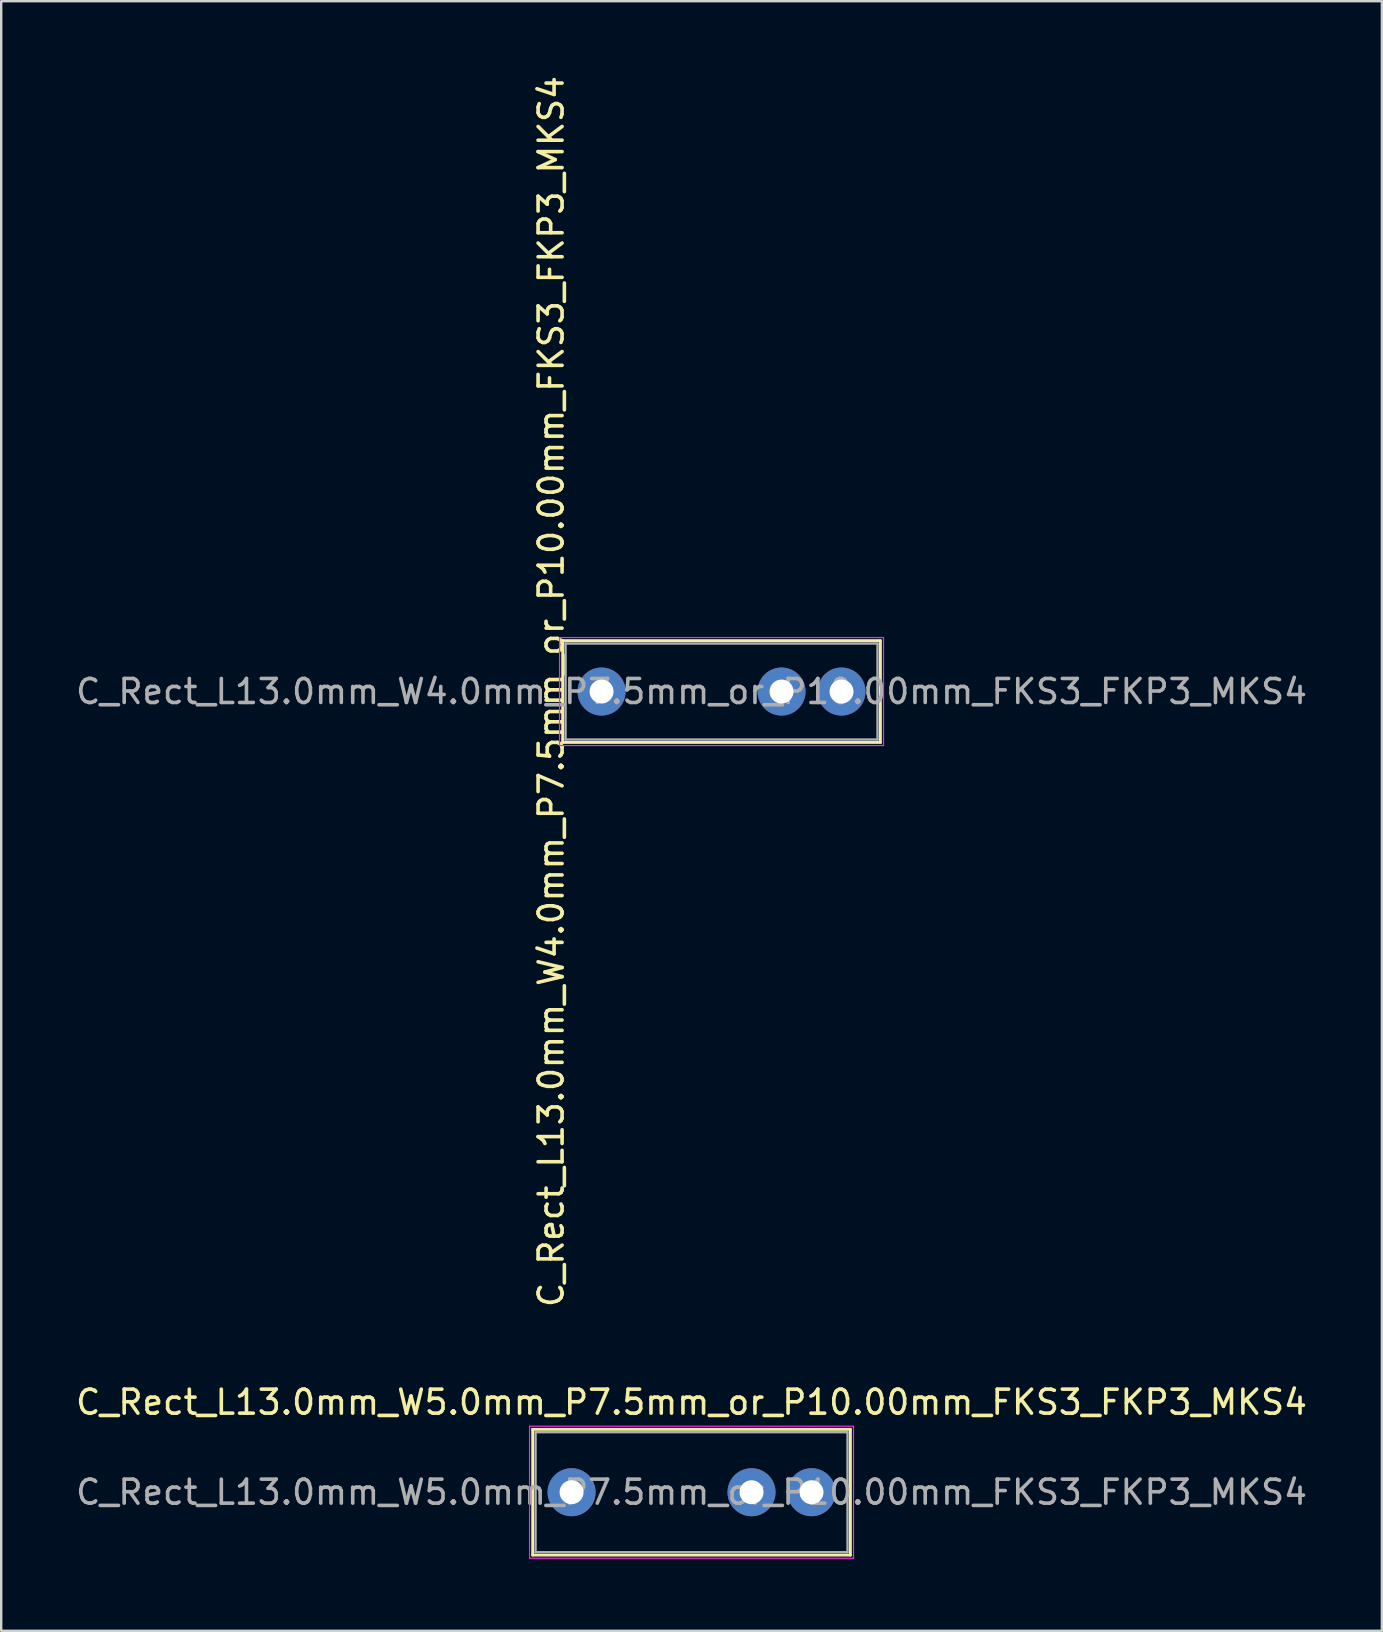
<source format=kicad_pcb>
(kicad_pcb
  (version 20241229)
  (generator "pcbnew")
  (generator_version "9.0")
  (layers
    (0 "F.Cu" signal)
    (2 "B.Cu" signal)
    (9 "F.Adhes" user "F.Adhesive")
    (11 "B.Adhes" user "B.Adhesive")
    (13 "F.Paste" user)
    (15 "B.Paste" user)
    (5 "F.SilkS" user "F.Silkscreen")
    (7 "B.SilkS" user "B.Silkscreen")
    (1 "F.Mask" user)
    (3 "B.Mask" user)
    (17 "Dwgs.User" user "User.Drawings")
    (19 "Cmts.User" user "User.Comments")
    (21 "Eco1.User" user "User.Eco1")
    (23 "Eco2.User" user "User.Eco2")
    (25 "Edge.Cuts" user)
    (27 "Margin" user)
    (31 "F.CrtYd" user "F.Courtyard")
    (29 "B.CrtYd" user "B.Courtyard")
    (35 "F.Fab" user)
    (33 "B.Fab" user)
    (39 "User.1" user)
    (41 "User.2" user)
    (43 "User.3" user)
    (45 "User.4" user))
  (footprint "C_Rect_L13.0mm_W5.0mm_P7.5mm_or_P10.00mm_FKS3_FKP3_MKS4"
    (layer "F.Cu")
    (at 20.768 59.134)
    (property "Reference" "C_Rect_L13.0mm_W5.0mm_P7.5mm_or_P10.00mm_FKS3_FKP3_MKS4" (at 5 -3.75 0) (layer "F.SilkS") (effects (font (size 1 1) (thickness 0.15))))
    (attr through_hole)
    (fp_line (start -1.62 -2.62) (end -1.62 2.62) (stroke (width 0.12) (type solid)) (layer "F.SilkS"))
    (fp_line (start -1.62 -2.62) (end 11.62 -2.62) (stroke (width 0.12) (type solid)) (layer "F.SilkS"))
    (fp_line (start -1.62 2.62) (end 11.62 2.62) (stroke (width 0.12) (type solid)) (layer "F.SilkS"))
    (fp_line (start 11.62 -2.62) (end 11.62 2.62) (stroke (width 0.12) (type solid)) (layer "F.SilkS"))
    (fp_line (start -1.75 -2.75) (end -1.75 2.75) (stroke (width 0.05) (type solid)) (layer "F.CrtYd"))
    (fp_line (start -1.75 2.75) (end 11.75 2.75) (stroke (width 0.05) (type solid)) (layer "F.CrtYd"))
    (fp_line (start 11.75 -2.75) (end -1.75 -2.75) (stroke (width 0.05) (type solid)) (layer "F.CrtYd"))
    (fp_line (start 11.75 2.75) (end 11.75 -2.75) (stroke (width 0.05) (type solid)) (layer "F.CrtYd"))
    (fp_line (start -1.5 -2.5) (end -1.5 2.5) (stroke (width 0.1) (type solid)) (layer "F.Fab"))
    (fp_line (start -1.5 2.5) (end 11.5 2.5) (stroke (width 0.1) (type solid)) (layer "F.Fab"))
    (fp_line (start 11.5 -2.5) (end -1.5 -2.5) (stroke (width 0.1) (type solid)) (layer "F.Fab"))
    (fp_line (start 11.5 2.5) (end 11.5 -2.5) (stroke (width 0.1) (type solid)) (layer "F.Fab"))
    (fp_text user "${REFERENCE}" (at 5 0 0) (layer "F.Fab") (effects (font (size 1 1) (thickness 0.15))))
    (pad "1" thru_hole circle (at 0 0) (size 2 2) (drill 1) (layers "*.Cu" "*.Mask"))
    (pad "2" thru_hole circle (at 10 0) (size 2 2) (drill 1) (layers "*.Cu" "*.Mask"))
    (pad "3" thru_hole circle (at 7.5 0) (size 2 2) (drill 1) (layers "*.Cu" "*.Mask")))
  (footprint "C_Rect_L13.0mm_W4.0mm_P7.5mm_or_P10.00mm_FKS3_FKP3_MKS4"
    (layer "F.Cu")
    (at 22.018 25.768)
    (property "Reference" "C_Rect_L13.0mm_W4.0mm_P7.5mm_or_P10.00mm_FKS3_FKP3_MKS4" (at -2.1 0 90) (layer "F.SilkS") (effects (font (size 1 1) (thickness 0.15))))
    (attr through_hole)
    (fp_line (start -1.62 -2.12) (end -1.62 2.12) (stroke (width 0.12) (type solid)) (layer "F.SilkS"))
    (fp_line (start -1.62 -2.12) (end 11.62 -2.12) (stroke (width 0.12) (type solid)) (layer "F.SilkS"))
    (fp_line (start -1.62 2.12) (end 11.62 2.12) (stroke (width 0.12) (type solid)) (layer "F.SilkS"))
    (fp_line (start 11.62 -2.12) (end 11.62 2.12) (stroke (width 0.12) (type solid)) (layer "F.SilkS"))
    (fp_line (start -1.75 -2.25) (end -1.75 2.25) (stroke (width 0.05) (type solid)) (layer "F.CrtYd"))
    (fp_line (start -1.75 2.25) (end 11.75 2.25) (stroke (width 0.05) (type solid)) (layer "F.CrtYd"))
    (fp_line (start 11.75 -2.25) (end -1.75 -2.25) (stroke (width 0.05) (type solid)) (layer "F.CrtYd"))
    (fp_line (start 11.75 2.25) (end 11.75 -2.25) (stroke (width 0.05) (type solid)) (layer "F.CrtYd"))
    (fp_line (start -1.5 -2) (end -1.5 2) (stroke (width 0.1) (type solid)) (layer "F.Fab"))
    (fp_line (start -1.5 2) (end 11.5 2) (stroke (width 0.1) (type solid)) (layer "F.Fab"))
    (fp_line (start 11.5 -2) (end -1.5 -2) (stroke (width 0.1) (type solid)) (layer "F.Fab"))
    (fp_line (start 11.5 2) (end 11.5 -2) (stroke (width 0.1) (type solid)) (layer "F.Fab"))
    (fp_text user "${REFERENCE}" (at 3.75 0 0) (layer "F.Fab") (effects (font (size 1 1) (thickness 0.15))))
    (pad "1" thru_hole circle (at 0 0) (size 2 2) (drill 1) (layers "*.Cu" "*.Mask"))
    (pad "2" thru_hole circle (at 10 0) (size 2 2) (drill 1) (layers "*.Cu" "*.Mask"))
    (pad "3" thru_hole circle (at 7.5 0) (size 2 2) (drill 1) (layers "*.Cu" "*.Mask")))
  (gr_rect
    (start -3 -3)
    (end 54.536 64.909)
    (stroke (width 0.1) (type default))
    (fill no)
    (layer "Edge.Cuts")))
</source>
